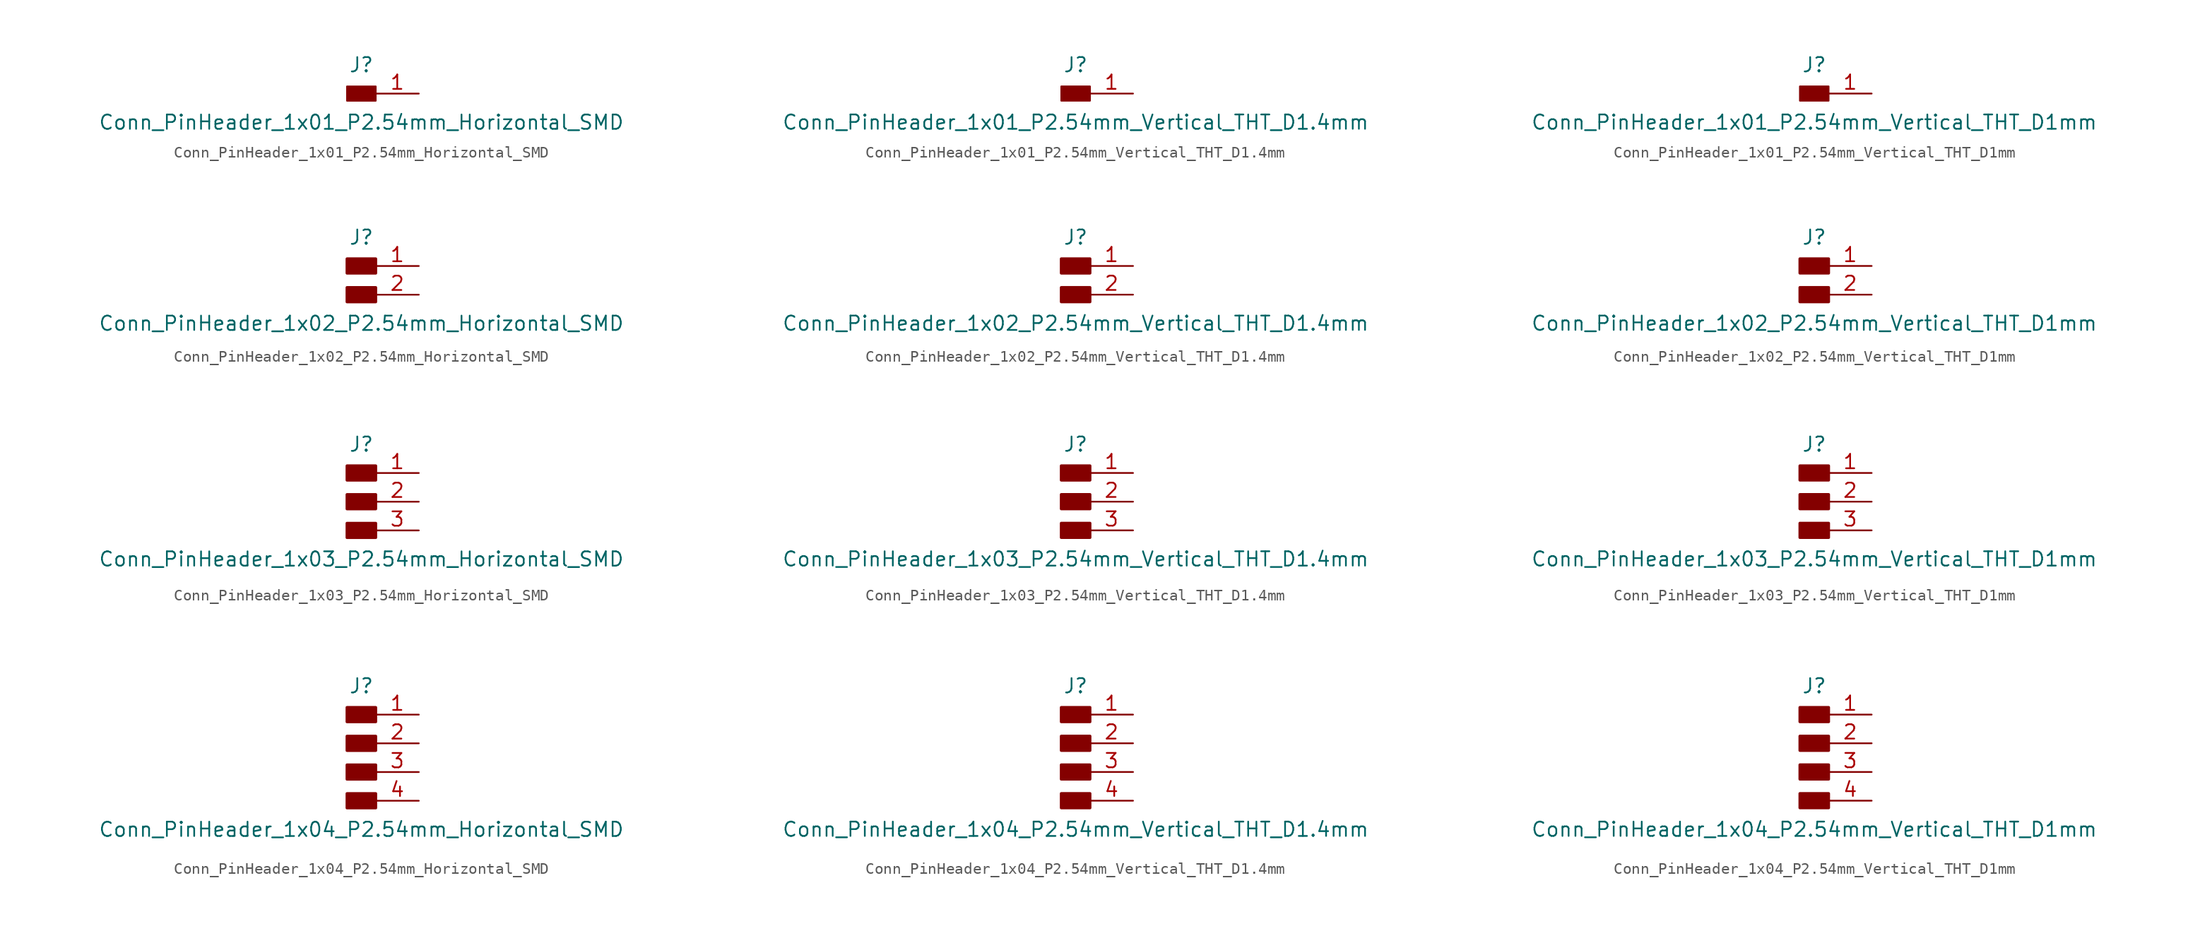
<source format=kicad_sym>
(kicad_symbol_lib
  (version 20211014)
  (generator kicad_symbol_editor)
  (symbol "Conn_PinHeader_1x01_P2.54mm_Horizontal_SMD"
    (pin_names
      (offset 1.016) hide)
    (property "Reference" "J"
      (at 0 2.54 0)
      (effects (font (size 1.27 1.27))))
    (property "Value" "Conn_PinHeader_1x01_P2.54mm_Horizontal_SMD"
      (at 0 -2.54 0)
      (effects (font (size 1.27 1.27))))
    (symbol "Conn_PinHeader_1x01_P2.54mm_Horizontal_SMD_1_1"
      (rectangle (start -1.27 0.635) (end 1.27 -0.635) (stroke (width 0.152) (type default) (color 0 0 0 0)) (fill (type outline)))
      (pin passive line (at 5.08 0 180) (length 3.81) (name "Pin_1" (effects (font (size 1.27 1.27)))) (number "1" (effects (font (size 1.27 1.27)))))))
  (symbol "Conn_PinHeader_1x01_P2.54mm_Vertical_THT_D1.4mm"
    (pin_names
      (offset 1.016) hide)
    (property "Reference" "J"
      (at 0 2.54 0)
      (effects (font (size 1.27 1.27))))
    (property "Value" "Conn_PinHeader_1x01_P2.54mm_Vertical_THT_D1.4mm"
      (at 0 -2.54 0)
      (effects (font (size 1.27 1.27))))
    (symbol "Conn_PinHeader_1x01_P2.54mm_Vertical_THT_D1.4mm_1_1"
      (rectangle (start -1.27 0.635) (end 1.27 -0.635) (stroke (width 0.152) (type default) (color 0 0 0 0)) (fill (type outline)))
      (pin passive line (at 5.08 0 180) (length 3.81) (name "Pin_1" (effects (font (size 1.27 1.27)))) (number "1" (effects (font (size 1.27 1.27)))))))
  (symbol "Conn_PinHeader_1x01_P2.54mm_Vertical_THT_D1mm"
    (pin_names
      (offset 1.016) hide)
    (property "Reference" "J"
      (at 0 2.54 0)
      (effects (font (size 1.27 1.27))))
    (property "Value" "Conn_PinHeader_1x01_P2.54mm_Vertical_THT_D1mm"
      (at 0 -2.54 0)
      (effects (font (size 1.27 1.27))))
    (symbol "Conn_PinHeader_1x01_P2.54mm_Vertical_THT_D1mm_1_1"
      (rectangle (start -1.27 0.635) (end 1.27 -0.635) (stroke (width 0.152) (type default) (color 0 0 0 0)) (fill (type outline)))
      (pin passive line (at 5.08 0 180) (length 3.81) (name "Pin_1" (effects (font (size 1.27 1.27)))) (number "1" (effects (font (size 1.27 1.27)))))))
  (symbol "Conn_PinHeader_1x02_P2.54mm_Horizontal_SMD"
    (pin_names hide)
    (property "Reference" "J"
      (at 0 2.54 0)
      (effects (font (size 1.27 1.27))))
    (property "Value" "Conn_PinHeader_1x02_P2.54mm_Horizontal_SMD"
      (at 0 -5.08 0)
      (effects (font (size 1.27 1.27))))
    (symbol "Conn_PinHeader_1x02_P2.54mm_Horizontal_SMD_1_1"
      (rectangle (start -1.27 -1.905) (end 1.27 -3.175) (stroke (width 0.254) (type default) (color 0 0 0 0)) (fill (type outline)))
      (rectangle (start -1.27 0.635) (end 1.27 -0.635) (stroke (width 0.254) (type default) (color 0 0 0 0)) (fill (type outline)))
      (pin passive line (at 5.08 0 180) (length 3.81) (name "Pin_1" (effects (font (size 1.27 1.27)))) (number "1" (effects (font (size 1.27 1.27)))))
      (pin passive line (at 5.08 -2.54 180) (length 3.81) (name "Pin_2" (effects (font (size 1.27 1.27)))) (number "2" (effects (font (size 1.27 1.27)))))))
  (symbol "Conn_PinHeader_1x02_P2.54mm_Vertical_THT_D1.4mm"
    (pin_names hide)
    (property "Reference" "J"
      (at 0 2.54 0)
      (effects (font (size 1.27 1.27))))
    (property "Value" "Conn_PinHeader_1x02_P2.54mm_Vertical_THT_D1.4mm"
      (at 0 -5.08 0)
      (effects (font (size 1.27 1.27))))
    (symbol "Conn_PinHeader_1x02_P2.54mm_Vertical_THT_D1.4mm_1_1"
      (rectangle (start -1.27 -1.905) (end 1.27 -3.175) (stroke (width 0.254) (type default) (color 0 0 0 0)) (fill (type outline)))
      (rectangle (start -1.27 0.635) (end 1.27 -0.635) (stroke (width 0.254) (type default) (color 0 0 0 0)) (fill (type outline)))
      (pin passive line (at 5.08 0 180) (length 3.81) (name "Pin_1" (effects (font (size 1.27 1.27)))) (number "1" (effects (font (size 1.27 1.27)))))
      (pin passive line (at 5.08 -2.54 180) (length 3.81) (name "Pin_2" (effects (font (size 1.27 1.27)))) (number "2" (effects (font (size 1.27 1.27)))))))
  (symbol "Conn_PinHeader_1x02_P2.54mm_Vertical_THT_D1mm"
    (pin_names hide)
    (property "Reference" "J"
      (at 0 2.54 0)
      (effects (font (size 1.27 1.27))))
    (property "Value" "Conn_PinHeader_1x02_P2.54mm_Vertical_THT_D1mm"
      (at 0 -5.08 0)
      (effects (font (size 1.27 1.27))))
    (symbol "Conn_PinHeader_1x02_P2.54mm_Vertical_THT_D1mm_1_1"
      (rectangle (start -1.27 -1.905) (end 1.27 -3.175) (stroke (width 0.254) (type default) (color 0 0 0 0)) (fill (type outline)))
      (rectangle (start -1.27 0.635) (end 1.27 -0.635) (stroke (width 0.254) (type default) (color 0 0 0 0)) (fill (type outline)))
      (pin passive line (at 5.08 0 180) (length 3.81) (name "Pin_1" (effects (font (size 1.27 1.27)))) (number "1" (effects (font (size 1.27 1.27)))))
      (pin passive line (at 5.08 -2.54 180) (length 3.81) (name "Pin_2" (effects (font (size 1.27 1.27)))) (number "2" (effects (font (size 1.27 1.27)))))))
  (symbol "Conn_PinHeader_1x03_P2.54mm_Horizontal_SMD"
    (pin_names hide)
    (property "Reference" "J"
      (at 0 5.08 0)
      (effects (font (size 1.27 1.27))))
    (property "Value" "Conn_PinHeader_1x03_P2.54mm_Horizontal_SMD"
      (at 0 -5.08 0)
      (effects (font (size 1.27 1.27))))
    (symbol "Conn_PinHeader_1x03_P2.54mm_Horizontal_SMD_1_1"
      (rectangle (start -1.27 -1.905) (end 1.27 -3.175) (stroke (width 0.254) (type default) (color 0 0 0 0)) (fill (type outline)))
      (rectangle (start -1.27 0.635) (end 1.27 -0.635) (stroke (width 0.254) (type default) (color 0 0 0 0)) (fill (type outline)))
      (rectangle (start -1.27 3.175) (end 1.27 1.905) (stroke (width 0.254) (type default) (color 0 0 0 0)) (fill (type outline)))
      (pin passive line (at 5.08 2.54 180) (length 3.81) (name "Pin_1" (effects (font (size 1.27 1.27)))) (number "1" (effects (font (size 1.27 1.27)))))
      (pin passive line (at 5.08 0 180) (length 3.81) (name "Pin_2" (effects (font (size 1.27 1.27)))) (number "2" (effects (font (size 1.27 1.27)))))
      (pin passive line (at 5.08 -2.54 180) (length 3.81) (name "Pin_3" (effects (font (size 1.27 1.27)))) (number "3" (effects (font (size 1.27 1.27)))))))
  (symbol "Conn_PinHeader_1x03_P2.54mm_Vertical_THT_D1.4mm"
    (pin_names hide)
    (property "Reference" "J"
      (at 0 5.08 0)
      (effects (font (size 1.27 1.27))))
    (property "Value" "Conn_PinHeader_1x03_P2.54mm_Vertical_THT_D1.4mm"
      (at 0 -5.08 0)
      (effects (font (size 1.27 1.27))))
    (symbol "Conn_PinHeader_1x03_P2.54mm_Vertical_THT_D1.4mm_1_1"
      (rectangle (start -1.27 -1.905) (end 1.27 -3.175) (stroke (width 0.254) (type default) (color 0 0 0 0)) (fill (type outline)))
      (rectangle (start -1.27 0.635) (end 1.27 -0.635) (stroke (width 0.254) (type default) (color 0 0 0 0)) (fill (type outline)))
      (rectangle (start -1.27 3.175) (end 1.27 1.905) (stroke (width 0.254) (type default) (color 0 0 0 0)) (fill (type outline)))
      (pin passive line (at 5.08 2.54 180) (length 3.81) (name "Pin_1" (effects (font (size 1.27 1.27)))) (number "1" (effects (font (size 1.27 1.27)))))
      (pin passive line (at 5.08 0 180) (length 3.81) (name "Pin_2" (effects (font (size 1.27 1.27)))) (number "2" (effects (font (size 1.27 1.27)))))
      (pin passive line (at 5.08 -2.54 180) (length 3.81) (name "Pin_3" (effects (font (size 1.27 1.27)))) (number "3" (effects (font (size 1.27 1.27)))))))
  (symbol "Conn_PinHeader_1x03_P2.54mm_Vertical_THT_D1mm"
    (pin_names hide)
    (property "Reference" "J"
      (at 0 5.08 0)
      (effects (font (size 1.27 1.27))))
    (property "Value" "Conn_PinHeader_1x03_P2.54mm_Vertical_THT_D1mm"
      (at 0 -5.08 0)
      (effects (font (size 1.27 1.27))))
    (symbol "Conn_PinHeader_1x03_P2.54mm_Vertical_THT_D1mm_1_1"
      (rectangle (start -1.27 -1.905) (end 1.27 -3.175) (stroke (width 0.254) (type default) (color 0 0 0 0)) (fill (type outline)))
      (rectangle (start -1.27 0.635) (end 1.27 -0.635) (stroke (width 0.254) (type default) (color 0 0 0 0)) (fill (type outline)))
      (rectangle (start -1.27 3.175) (end 1.27 1.905) (stroke (width 0.254) (type default) (color 0 0 0 0)) (fill (type outline)))
      (pin passive line (at 5.08 2.54 180) (length 3.81) (name "Pin_1" (effects (font (size 1.27 1.27)))) (number "1" (effects (font (size 1.27 1.27)))))
      (pin passive line (at 5.08 0 180) (length 3.81) (name "Pin_2" (effects (font (size 1.27 1.27)))) (number "2" (effects (font (size 1.27 1.27)))))
      (pin passive line (at 5.08 -2.54 180) (length 3.81) (name "Pin_3" (effects (font (size 1.27 1.27)))) (number "3" (effects (font (size 1.27 1.27)))))))
  (symbol "Conn_PinHeader_1x04_P2.54mm_Horizontal_SMD"
    (pin_names hide)
    (property "Reference" "J"
      (at 0 5.08 0)
      (effects (font (size 1.27 1.27))))
    (property "Value" "Conn_PinHeader_1x04_P2.54mm_Horizontal_SMD"
      (at 0 -7.62 0)
      (effects (font (size 1.27 1.27))))
    (symbol "Conn_PinHeader_1x04_P2.54mm_Horizontal_SMD_1_1"
      (rectangle (start -1.27 -4.445) (end 1.27 -5.715) (stroke (width 0.254) (type default) (color 0 0 0 0)) (fill (type outline)))
      (rectangle (start -1.27 -1.905) (end 1.27 -3.175) (stroke (width 0.254) (type default) (color 0 0 0 0)) (fill (type outline)))
      (rectangle (start -1.27 0.635) (end 1.27 -0.635) (stroke (width 0.254) (type default) (color 0 0 0 0)) (fill (type outline)))
      (rectangle (start -1.27 3.175) (end 1.27 1.905) (stroke (width 0.254) (type default) (color 0 0 0 0)) (fill (type outline)))
      (pin passive line (at 5.08 2.54 180) (length 3.81) (name "Pin_1" (effects (font (size 1.27 1.27)))) (number "1" (effects (font (size 1.27 1.27)))))
      (pin passive line (at 5.08 0 180) (length 3.81) (name "Pin_2" (effects (font (size 1.27 1.27)))) (number "2" (effects (font (size 1.27 1.27)))))
      (pin passive line (at 5.08 -2.54 180) (length 3.81) (name "Pin_3" (effects (font (size 1.27 1.27)))) (number "3" (effects (font (size 1.27 1.27)))))
      (pin passive line (at 5.08 -5.08 180) (length 3.81) (name "Pin_4" (effects (font (size 1.27 1.27)))) (number "4" (effects (font (size 1.27 1.27)))))))
  (symbol "Conn_PinHeader_1x04_P2.54mm_Vertical_THT_D1.4mm"
    (pin_names hide)
    (property "Reference" "J"
      (at 0 5.08 0)
      (effects (font (size 1.27 1.27))))
    (property "Value" "Conn_PinHeader_1x04_P2.54mm_Vertical_THT_D1.4mm"
      (at 0 -7.62 0)
      (effects (font (size 1.27 1.27))))
    (symbol "Conn_PinHeader_1x04_P2.54mm_Vertical_THT_D1.4mm_1_1"
      (rectangle (start -1.27 -4.445) (end 1.27 -5.715) (stroke (width 0.254) (type default) (color 0 0 0 0)) (fill (type outline)))
      (rectangle (start -1.27 -1.905) (end 1.27 -3.175) (stroke (width 0.254) (type default) (color 0 0 0 0)) (fill (type outline)))
      (rectangle (start -1.27 0.635) (end 1.27 -0.635) (stroke (width 0.254) (type default) (color 0 0 0 0)) (fill (type outline)))
      (rectangle (start -1.27 3.175) (end 1.27 1.905) (stroke (width 0.254) (type default) (color 0 0 0 0)) (fill (type outline)))
      (pin passive line (at 5.08 2.54 180) (length 3.81) (name "Pin_1" (effects (font (size 1.27 1.27)))) (number "1" (effects (font (size 1.27 1.27)))))
      (pin passive line (at 5.08 0 180) (length 3.81) (name "Pin_2" (effects (font (size 1.27 1.27)))) (number "2" (effects (font (size 1.27 1.27)))))
      (pin passive line (at 5.08 -2.54 180) (length 3.81) (name "Pin_3" (effects (font (size 1.27 1.27)))) (number "3" (effects (font (size 1.27 1.27)))))
      (pin passive line (at 5.08 -5.08 180) (length 3.81) (name "Pin_4" (effects (font (size 1.27 1.27)))) (number "4" (effects (font (size 1.27 1.27)))))))
  (symbol "Conn_PinHeader_1x04_P2.54mm_Vertical_THT_D1mm"
    (pin_names hide)
    (property "Reference" "J"
      (at 0 5.08 0)
      (effects (font (size 1.27 1.27))))
    (property "Value" "Conn_PinHeader_1x04_P2.54mm_Vertical_THT_D1mm"
      (at 0 -7.62 0)
      (effects (font (size 1.27 1.27))))
    (symbol "Conn_PinHeader_1x04_P2.54mm_Vertical_THT_D1mm_1_1"
      (rectangle (start -1.27 -4.445) (end 1.27 -5.715) (stroke (width 0.254) (type default) (color 0 0 0 0)) (fill (type outline)))
      (rectangle (start -1.27 -1.905) (end 1.27 -3.175) (stroke (width 0.254) (type default) (color 0 0 0 0)) (fill (type outline)))
      (rectangle (start -1.27 0.635) (end 1.27 -0.635) (stroke (width 0.254) (type default) (color 0 0 0 0)) (fill (type outline)))
      (rectangle (start -1.27 3.175) (end 1.27 1.905) (stroke (width 0.254) (type default) (color 0 0 0 0)) (fill (type outline)))
      (pin passive line (at 5.08 2.54 180) (length 3.81) (name "Pin_1" (effects (font (size 1.27 1.27)))) (number "1" (effects (font (size 1.27 1.27)))))
      (pin passive line (at 5.08 0 180) (length 3.81) (name "Pin_2" (effects (font (size 1.27 1.27)))) (number "2" (effects (font (size 1.27 1.27)))))
      (pin passive line (at 5.08 -2.54 180) (length 3.81) (name "Pin_3" (effects (font (size 1.27 1.27)))) (number "3" (effects (font (size 1.27 1.27)))))
      (pin passive line (at 5.08 -5.08 180) (length 3.81) (name "Pin_4" (effects (font (size 1.27 1.27)))) (number "4" (effects (font (size 1.27 1.27))))))))
</source>
